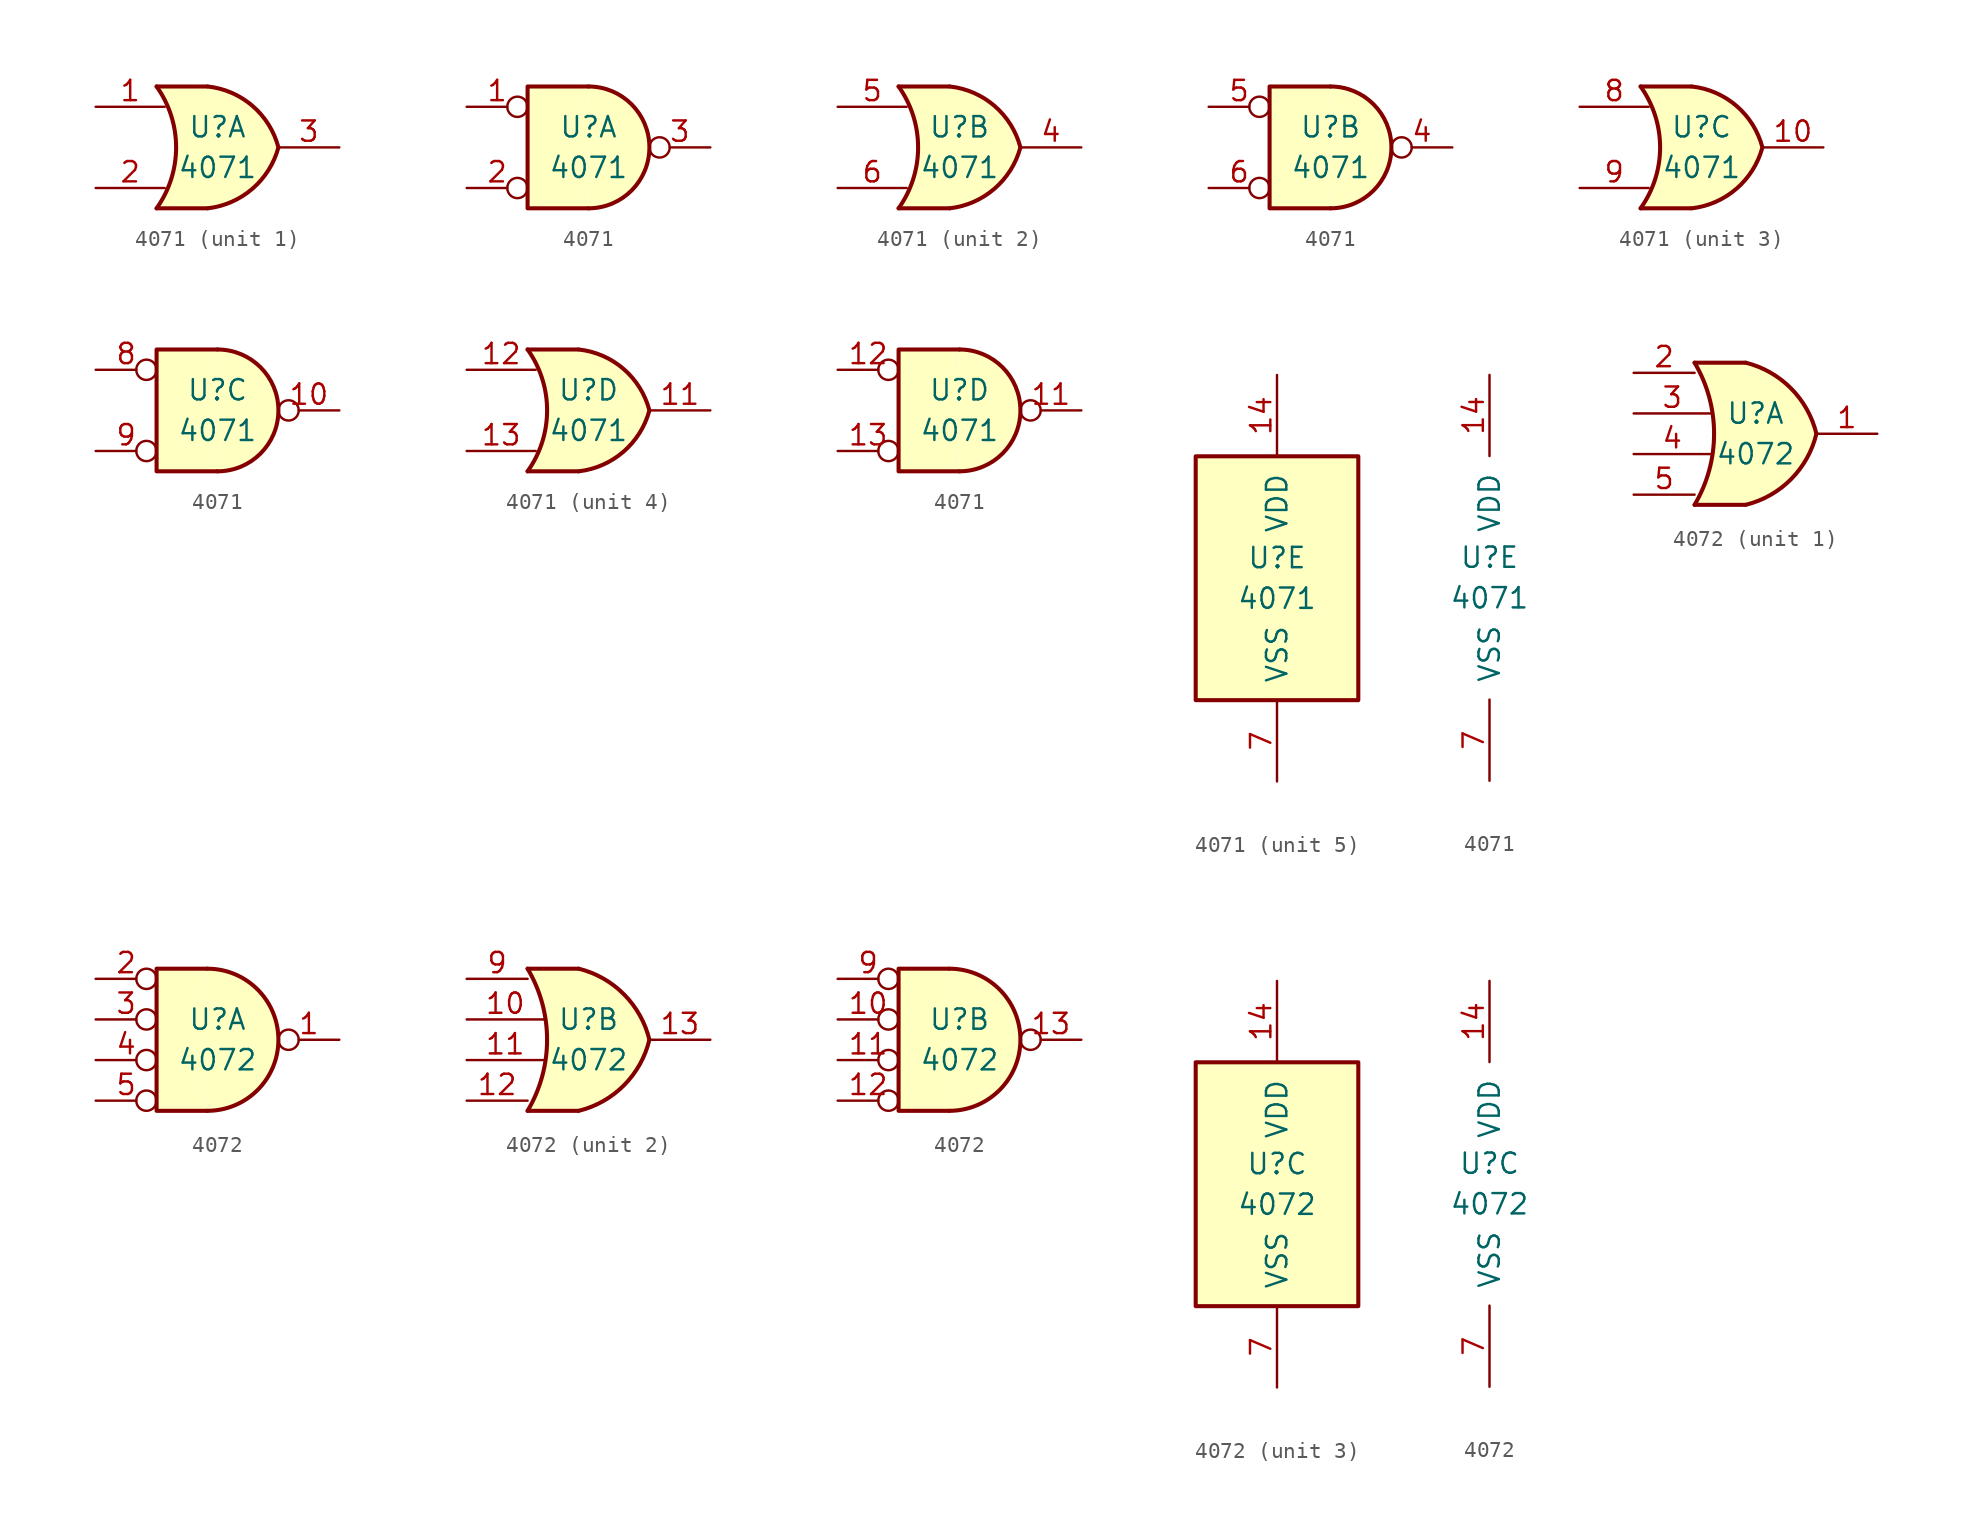
<source format=kicad_sym>
(kicad_symbol_lib
  (version 20211014)
  (generator kicad_symbol_editor)
  (symbol "4071"
    (pin_names
      (offset 1.016))
    (property "Reference" "U"
      (at 0 1.27 0)
      (effects (font (size 1.27 1.27))))
    (property "Value" "4071"
      (at 0 -1.27 0)
      (effects (font (size 1.27 1.27))))
    (property "ki_locked" ""
      (at 0 0 0)
      (effects (font (size 1.27 1.27))))
    (symbol "4071_1_1"
      (arc (start -3.81 -3.81) (mid -2.589 0) (end -3.81 3.81) (stroke (width 0.254) (type default) (color 0 0 0 0)) (fill (type none)))
      (arc (start -0.6096 -3.81) (mid 2.1842 -2.5851) (end 3.81 0) (stroke (width 0.254) (type default) (color 0 0 0 0)) (fill (type background)))
      (polyline (pts (xy -3.81 -3.81) (xy -0.635 -3.81)) (stroke (width 0.254) (type default) (color 0 0 0 0)) (fill (type background)))
      (polyline (pts (xy -3.81 3.81) (xy -0.635 3.81)) (stroke (width 0.254) (type default) (color 0 0 0 0)) (fill (type background)))
      (polyline (pts (xy -0.635 3.81) (xy -3.81 3.81) (xy -3.81 3.81) (xy -3.556 3.404) (xy -3.023 2.261) (xy -2.692 1.041) (xy -2.616 -0.254) (xy -2.769 -1.499) (xy -3.175 -2.718) (xy -3.81 -3.81) (xy -3.81 -3.81) (xy -0.635 -3.81)) (stroke (width -25.4) (type default) (color 0 0 0 0)) (fill (type background)))
      (arc (start 3.81 0) (mid 2.1915 2.5936) (end -0.6096 3.81) (stroke (width 0.254) (type default) (color 0 0 0 0)) (fill (type background)))
      (pin input line (at -7.62 2.54 0) (length 4.318) (name "~" (effects (font (size 1.27 1.27)))) (number "1" (effects (font (size 1.27 1.27)))))
      (pin input line (at -7.62 -2.54 0) (length 4.318) (name "~" (effects (font (size 1.27 1.27)))) (number "2" (effects (font (size 1.27 1.27)))))
      (pin output line (at 7.62 0 180) (length 3.81) (name "~" (effects (font (size 1.27 1.27)))) (number "3" (effects (font (size 1.27 1.27))))))
    (symbol "4071_1_2"
      (arc (start 0 -3.81) (mid 3.81 0) (end 0 3.81) (stroke (width 0.254) (type default) (color 0 0 0 0)) (fill (type background)))
      (polyline (pts (xy 0 3.81) (xy -3.81 3.81) (xy -3.81 -3.81) (xy 0 -3.81)) (stroke (width 0.254) (type default) (color 0 0 0 0)) (fill (type background)))
      (pin input inverted (at -7.62 2.54 0) (length 3.81) (name "~" (effects (font (size 1.27 1.27)))) (number "1" (effects (font (size 1.27 1.27)))))
      (pin input inverted (at -7.62 -2.54 0) (length 3.81) (name "~" (effects (font (size 1.27 1.27)))) (number "2" (effects (font (size 1.27 1.27)))))
      (pin output inverted (at 7.62 0 180) (length 3.81) (name "~" (effects (font (size 1.27 1.27)))) (number "3" (effects (font (size 1.27 1.27))))))
    (symbol "4071_2_1"
      (arc (start -3.81 -3.81) (mid -2.589 0) (end -3.81 3.81) (stroke (width 0.254) (type default) (color 0 0 0 0)) (fill (type none)))
      (arc (start -0.6096 -3.81) (mid 2.1842 -2.5851) (end 3.81 0) (stroke (width 0.254) (type default) (color 0 0 0 0)) (fill (type background)))
      (polyline (pts (xy -3.81 -3.81) (xy -0.635 -3.81)) (stroke (width 0.254) (type default) (color 0 0 0 0)) (fill (type background)))
      (polyline (pts (xy -3.81 3.81) (xy -0.635 3.81)) (stroke (width 0.254) (type default) (color 0 0 0 0)) (fill (type background)))
      (polyline (pts (xy -0.635 3.81) (xy -3.81 3.81) (xy -3.81 3.81) (xy -3.556 3.404) (xy -3.023 2.261) (xy -2.692 1.041) (xy -2.616 -0.254) (xy -2.769 -1.499) (xy -3.175 -2.718) (xy -3.81 -3.81) (xy -3.81 -3.81) (xy -0.635 -3.81)) (stroke (width -25.4) (type default) (color 0 0 0 0)) (fill (type background)))
      (arc (start 3.81 0) (mid 2.1915 2.5936) (end -0.6096 3.81) (stroke (width 0.254) (type default) (color 0 0 0 0)) (fill (type background)))
      (pin output line (at 7.62 0 180) (length 3.81) (name "~" (effects (font (size 1.27 1.27)))) (number "4" (effects (font (size 1.27 1.27)))))
      (pin input line (at -7.62 2.54 0) (length 4.318) (name "~" (effects (font (size 1.27 1.27)))) (number "5" (effects (font (size 1.27 1.27)))))
      (pin input line (at -7.62 -2.54 0) (length 4.318) (name "~" (effects (font (size 1.27 1.27)))) (number "6" (effects (font (size 1.27 1.27))))))
    (symbol "4071_2_2"
      (arc (start 0 -3.81) (mid 3.81 0) (end 0 3.81) (stroke (width 0.254) (type default) (color 0 0 0 0)) (fill (type background)))
      (polyline (pts (xy 0 3.81) (xy -3.81 3.81) (xy -3.81 -3.81) (xy 0 -3.81)) (stroke (width 0.254) (type default) (color 0 0 0 0)) (fill (type background)))
      (pin output inverted (at 7.62 0 180) (length 3.81) (name "~" (effects (font (size 1.27 1.27)))) (number "4" (effects (font (size 1.27 1.27)))))
      (pin input inverted (at -7.62 2.54 0) (length 3.81) (name "~" (effects (font (size 1.27 1.27)))) (number "5" (effects (font (size 1.27 1.27)))))
      (pin input inverted (at -7.62 -2.54 0) (length 3.81) (name "~" (effects (font (size 1.27 1.27)))) (number "6" (effects (font (size 1.27 1.27))))))
    (symbol "4071_3_1"
      (arc (start -3.81 -3.81) (mid -2.589 0) (end -3.81 3.81) (stroke (width 0.254) (type default) (color 0 0 0 0)) (fill (type none)))
      (arc (start -0.6096 -3.81) (mid 2.1842 -2.5851) (end 3.81 0) (stroke (width 0.254) (type default) (color 0 0 0 0)) (fill (type background)))
      (polyline (pts (xy -3.81 -3.81) (xy -0.635 -3.81)) (stroke (width 0.254) (type default) (color 0 0 0 0)) (fill (type background)))
      (polyline (pts (xy -3.81 3.81) (xy -0.635 3.81)) (stroke (width 0.254) (type default) (color 0 0 0 0)) (fill (type background)))
      (polyline (pts (xy -0.635 3.81) (xy -3.81 3.81) (xy -3.81 3.81) (xy -3.556 3.404) (xy -3.023 2.261) (xy -2.692 1.041) (xy -2.616 -0.254) (xy -2.769 -1.499) (xy -3.175 -2.718) (xy -3.81 -3.81) (xy -3.81 -3.81) (xy -0.635 -3.81)) (stroke (width -25.4) (type default) (color 0 0 0 0)) (fill (type background)))
      (arc (start 3.81 0) (mid 2.1915 2.5936) (end -0.6096 3.81) (stroke (width 0.254) (type default) (color 0 0 0 0)) (fill (type background)))
      (pin output line (at 7.62 0 180) (length 3.81) (name "~" (effects (font (size 1.27 1.27)))) (number "10" (effects (font (size 1.27 1.27)))))
      (pin input line (at -7.62 2.54 0) (length 4.318) (name "~" (effects (font (size 1.27 1.27)))) (number "8" (effects (font (size 1.27 1.27)))))
      (pin input line (at -7.62 -2.54 0) (length 4.318) (name "~" (effects (font (size 1.27 1.27)))) (number "9" (effects (font (size 1.27 1.27))))))
    (symbol "4071_3_2"
      (arc (start 0 -3.81) (mid 3.81 0) (end 0 3.81) (stroke (width 0.254) (type default) (color 0 0 0 0)) (fill (type background)))
      (polyline (pts (xy 0 3.81) (xy -3.81 3.81) (xy -3.81 -3.81) (xy 0 -3.81)) (stroke (width 0.254) (type default) (color 0 0 0 0)) (fill (type background)))
      (pin output inverted (at 7.62 0 180) (length 3.81) (name "~" (effects (font (size 1.27 1.27)))) (number "10" (effects (font (size 1.27 1.27)))))
      (pin input inverted (at -7.62 2.54 0) (length 3.81) (name "~" (effects (font (size 1.27 1.27)))) (number "8" (effects (font (size 1.27 1.27)))))
      (pin input inverted (at -7.62 -2.54 0) (length 3.81) (name "~" (effects (font (size 1.27 1.27)))) (number "9" (effects (font (size 1.27 1.27))))))
    (symbol "4071_4_1"
      (arc (start -3.81 -3.81) (mid -2.589 0) (end -3.81 3.81) (stroke (width 0.254) (type default) (color 0 0 0 0)) (fill (type none)))
      (arc (start -0.6096 -3.81) (mid 2.1842 -2.5851) (end 3.81 0) (stroke (width 0.254) (type default) (color 0 0 0 0)) (fill (type background)))
      (polyline (pts (xy -3.81 -3.81) (xy -0.635 -3.81)) (stroke (width 0.254) (type default) (color 0 0 0 0)) (fill (type background)))
      (polyline (pts (xy -3.81 3.81) (xy -0.635 3.81)) (stroke (width 0.254) (type default) (color 0 0 0 0)) (fill (type background)))
      (polyline (pts (xy -0.635 3.81) (xy -3.81 3.81) (xy -3.81 3.81) (xy -3.556 3.404) (xy -3.023 2.261) (xy -2.692 1.041) (xy -2.616 -0.254) (xy -2.769 -1.499) (xy -3.175 -2.718) (xy -3.81 -3.81) (xy -3.81 -3.81) (xy -0.635 -3.81)) (stroke (width -25.4) (type default) (color 0 0 0 0)) (fill (type background)))
      (arc (start 3.81 0) (mid 2.1915 2.5936) (end -0.6096 3.81) (stroke (width 0.254) (type default) (color 0 0 0 0)) (fill (type background)))
      (pin output line (at 7.62 0 180) (length 3.81) (name "~" (effects (font (size 1.27 1.27)))) (number "11" (effects (font (size 1.27 1.27)))))
      (pin input line (at -7.62 2.54 0) (length 4.318) (name "~" (effects (font (size 1.27 1.27)))) (number "12" (effects (font (size 1.27 1.27)))))
      (pin input line (at -7.62 -2.54 0) (length 4.318) (name "~" (effects (font (size 1.27 1.27)))) (number "13" (effects (font (size 1.27 1.27))))))
    (symbol "4071_4_2"
      (arc (start 0 -3.81) (mid 3.81 0) (end 0 3.81) (stroke (width 0.254) (type default) (color 0 0 0 0)) (fill (type background)))
      (polyline (pts (xy 0 3.81) (xy -3.81 3.81) (xy -3.81 -3.81) (xy 0 -3.81)) (stroke (width 0.254) (type default) (color 0 0 0 0)) (fill (type background)))
      (pin output inverted (at 7.62 0 180) (length 3.81) (name "~" (effects (font (size 1.27 1.27)))) (number "11" (effects (font (size 1.27 1.27)))))
      (pin input inverted (at -7.62 2.54 0) (length 3.81) (name "~" (effects (font (size 1.27 1.27)))) (number "12" (effects (font (size 1.27 1.27)))))
      (pin input inverted (at -7.62 -2.54 0) (length 3.81) (name "~" (effects (font (size 1.27 1.27)))) (number "13" (effects (font (size 1.27 1.27))))))
    (symbol "4071_5_0"
      (pin power_in line (at 0 12.7 270) (length 5.08) (name "VDD" (effects (font (size 1.27 1.27)))) (number "14" (effects (font (size 1.27 1.27)))))
      (pin power_in line (at 0 -12.7 90) (length 5.08) (name "VSS" (effects (font (size 1.27 1.27)))) (number "7" (effects (font (size 1.27 1.27))))))
    (symbol "4071_5_1"
      (rectangle (start -5.08 7.62) (end 5.08 -7.62) (stroke (width 0.254) (type default) (color 0 0 0 0)) (fill (type background)))))
  (symbol "4072"
    (pin_names
      (offset 1.016))
    (property "Reference" "U"
      (at 0 1.27 0)
      (effects (font (size 1.27 1.27))))
    (property "Value" "4072"
      (at 0 -1.27 0)
      (effects (font (size 1.27 1.27))))
    (property "ki_locked" ""
      (at 0 0 0)
      (effects (font (size 1.27 1.27))))
    (symbol "4072_1_1"
      (arc (start -3.81 -4.445) (mid -2.5908 0) (end -3.81 4.445) (stroke (width 0.254) (type default) (color 0 0 0 0)) (fill (type none)))
      (arc (start -0.6096 -4.445) (mid 2.2246 -2.8422) (end 3.81 0) (stroke (width 0.254) (type default) (color 0 0 0 0)) (fill (type background)))
      (polyline (pts (xy -3.81 -4.445) (xy -0.635 -4.445)) (stroke (width 0.254) (type default) (color 0 0 0 0)) (fill (type background)))
      (polyline (pts (xy -3.81 4.445) (xy -0.635 4.445)) (stroke (width 0.254) (type default) (color 0 0 0 0)) (fill (type background)))
      (polyline (pts (xy -0.635 4.445) (xy -3.81 4.445) (xy -3.81 4.445) (xy -3.632 4.089) (xy -3.099 2.921) (xy -2.769 1.676) (xy -2.616 0.432) (xy -2.642 -0.864) (xy -2.87 -2.108) (xy -3.251 -3.327) (xy -3.81 -4.445) (xy -3.81 -4.445) (xy -0.635 -4.445)) (stroke (width -25.4) (type default) (color 0 0 0 0)) (fill (type background)))
      (arc (start 3.81 0) (mid 2.2204 2.8379) (end -0.6096 4.445) (stroke (width 0.254) (type default) (color 0 0 0 0)) (fill (type background)))
      (pin output line (at 7.62 0 180) (length 3.81) (name "~" (effects (font (size 1.27 1.27)))) (number "1" (effects (font (size 1.27 1.27)))))
      (pin input line (at -7.62 3.81 0) (length 3.81) (name "~" (effects (font (size 1.27 1.27)))) (number "2" (effects (font (size 1.27 1.27)))))
      (pin input line (at -7.62 1.27 0) (length 4.826) (name "~" (effects (font (size 1.27 1.27)))) (number "3" (effects (font (size 1.27 1.27)))))
      (pin input line (at -7.62 -1.27 0) (length 4.826) (name "~" (effects (font (size 1.27 1.27)))) (number "4" (effects (font (size 1.27 1.27)))))
      (pin input line (at -7.62 -3.81 0) (length 3.81) (name "~" (effects (font (size 1.27 1.27)))) (number "5" (effects (font (size 1.27 1.27))))))
    (symbol "4072_1_2"
      (arc (start -0.635 -4.445) (mid 3.81 0) (end -0.635 4.445) (stroke (width 0.254) (type default) (color 0 0 0 0)) (fill (type background)))
      (polyline (pts (xy -0.635 4.445) (xy -3.81 4.445) (xy -3.81 -4.445) (xy -0.635 -4.445)) (stroke (width 0.254) (type default) (color 0 0 0 0)) (fill (type background)))
      (pin output inverted (at 7.62 0 180) (length 3.81) (name "~" (effects (font (size 1.27 1.27)))) (number "1" (effects (font (size 1.27 1.27)))))
      (pin input inverted (at -7.62 3.81 0) (length 3.81) (name "~" (effects (font (size 1.27 1.27)))) (number "2" (effects (font (size 1.27 1.27)))))
      (pin input inverted (at -7.62 1.27 0) (length 3.81) (name "~" (effects (font (size 1.27 1.27)))) (number "3" (effects (font (size 1.27 1.27)))))
      (pin input inverted (at -7.62 -1.27 0) (length 3.81) (name "~" (effects (font (size 1.27 1.27)))) (number "4" (effects (font (size 1.27 1.27)))))
      (pin input inverted (at -7.62 -3.81 0) (length 3.81) (name "~" (effects (font (size 1.27 1.27)))) (number "5" (effects (font (size 1.27 1.27))))))
    (symbol "4072_2_1"
      (arc (start -3.81 -4.445) (mid -2.5908 0) (end -3.81 4.445) (stroke (width 0.254) (type default) (color 0 0 0 0)) (fill (type none)))
      (arc (start -0.6096 -4.445) (mid 2.2246 -2.8422) (end 3.81 0) (stroke (width 0.254) (type default) (color 0 0 0 0)) (fill (type background)))
      (polyline (pts (xy -3.81 -4.445) (xy -0.635 -4.445)) (stroke (width 0.254) (type default) (color 0 0 0 0)) (fill (type background)))
      (polyline (pts (xy -3.81 4.445) (xy -0.635 4.445)) (stroke (width 0.254) (type default) (color 0 0 0 0)) (fill (type background)))
      (polyline (pts (xy -0.635 4.445) (xy -3.81 4.445) (xy -3.81 4.445) (xy -3.632 4.089) (xy -3.099 2.921) (xy -2.769 1.676) (xy -2.616 0.432) (xy -2.642 -0.864) (xy -2.87 -2.108) (xy -3.251 -3.327) (xy -3.81 -4.445) (xy -3.81 -4.445) (xy -0.635 -4.445)) (stroke (width -25.4) (type default) (color 0 0 0 0)) (fill (type background)))
      (arc (start 3.81 0) (mid 2.2204 2.8379) (end -0.6096 4.445) (stroke (width 0.254) (type default) (color 0 0 0 0)) (fill (type background)))
      (pin input line (at -7.62 1.27 0) (length 4.826) (name "~" (effects (font (size 1.27 1.27)))) (number "10" (effects (font (size 1.27 1.27)))))
      (pin input line (at -7.62 -1.27 0) (length 4.826) (name "~" (effects (font (size 1.27 1.27)))) (number "11" (effects (font (size 1.27 1.27)))))
      (pin input line (at -7.62 -3.81 0) (length 3.81) (name "~" (effects (font (size 1.27 1.27)))) (number "12" (effects (font (size 1.27 1.27)))))
      (pin output line (at 7.62 0 180) (length 3.81) (name "~" (effects (font (size 1.27 1.27)))) (number "13" (effects (font (size 1.27 1.27)))))
      (pin input line (at -7.62 3.81 0) (length 3.81) (name "~" (effects (font (size 1.27 1.27)))) (number "9" (effects (font (size 1.27 1.27))))))
    (symbol "4072_2_2"
      (arc (start -0.635 -4.445) (mid 3.81 0) (end -0.635 4.445) (stroke (width 0.254) (type default) (color 0 0 0 0)) (fill (type background)))
      (polyline (pts (xy -0.635 4.445) (xy -3.81 4.445) (xy -3.81 -4.445) (xy -0.635 -4.445)) (stroke (width 0.254) (type default) (color 0 0 0 0)) (fill (type background)))
      (pin input inverted (at -7.62 1.27 0) (length 3.81) (name "~" (effects (font (size 1.27 1.27)))) (number "10" (effects (font (size 1.27 1.27)))))
      (pin input inverted (at -7.62 -1.27 0) (length 3.81) (name "~" (effects (font (size 1.27 1.27)))) (number "11" (effects (font (size 1.27 1.27)))))
      (pin input inverted (at -7.62 -3.81 0) (length 3.81) (name "~" (effects (font (size 1.27 1.27)))) (number "12" (effects (font (size 1.27 1.27)))))
      (pin output inverted (at 7.62 0 180) (length 3.81) (name "~" (effects (font (size 1.27 1.27)))) (number "13" (effects (font (size 1.27 1.27)))))
      (pin input inverted (at -7.62 3.81 0) (length 3.81) (name "~" (effects (font (size 1.27 1.27)))) (number "9" (effects (font (size 1.27 1.27))))))
    (symbol "4072_3_0"
      (pin power_in line (at 0 12.7 270) (length 5.08) (name "VDD" (effects (font (size 1.27 1.27)))) (number "14" (effects (font (size 1.27 1.27)))))
      (pin power_in line (at 0 -12.7 90) (length 5.08) (name "VSS" (effects (font (size 1.27 1.27)))) (number "7" (effects (font (size 1.27 1.27))))))
    (symbol "4072_3_1"
      (rectangle (start -5.08 7.62) (end 5.08 -7.62) (stroke (width 0.254) (type default) (color 0 0 0 0)) (fill (type background))))))
</source>
